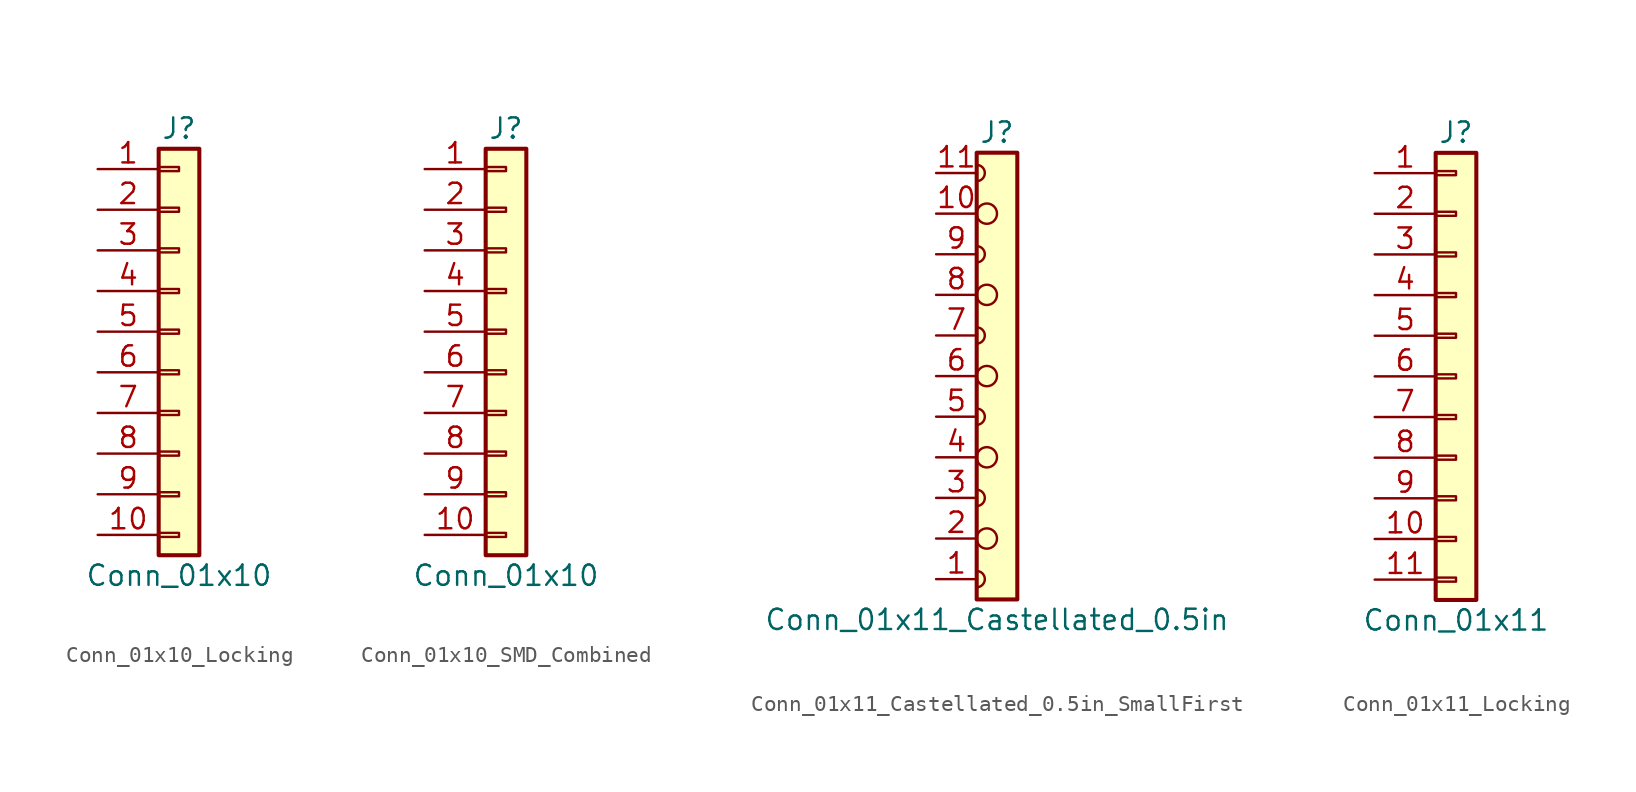
<source format=kicad_sym>
(kicad_symbol_lib
  (version 20231120)
  (generator "kicad_symbol_editor")
  (generator_version "8.0")
  (symbol "Conn_01x10_Locking"
    (pin_names
      (offset 1.016) hide)
    (property "Reference" "J"
      (at 0 12.7 0)
      (effects (font (size 1.27 1.27))))
    (property "Value" "Conn_01x10"
      (at 0 -15.24 0)
      (effects (font (size 1.27 1.27))))
    (symbol "Conn_01x10_Locking_1_1"
      (rectangle (start -1.27 -12.573) (end 0 -12.827) (stroke (width 0.152) (type default)) (fill (type none)))
      (rectangle (start -1.27 -10.033) (end 0 -10.287) (stroke (width 0.152) (type default)) (fill (type none)))
      (rectangle (start -1.27 -7.493) (end 0 -7.747) (stroke (width 0.152) (type default)) (fill (type none)))
      (rectangle (start -1.27 -4.953) (end 0 -5.207) (stroke (width 0.152) (type default)) (fill (type none)))
      (rectangle (start -1.27 -2.413) (end 0 -2.667) (stroke (width 0.152) (type default)) (fill (type none)))
      (rectangle (start -1.27 0.127) (end 0 -0.127) (stroke (width 0.152) (type default)) (fill (type none)))
      (rectangle (start -1.27 2.667) (end 0 2.413) (stroke (width 0.152) (type default)) (fill (type none)))
      (rectangle (start -1.27 5.207) (end 0 4.953) (stroke (width 0.152) (type default)) (fill (type none)))
      (rectangle (start -1.27 7.747) (end 0 7.493) (stroke (width 0.152) (type default)) (fill (type none)))
      (rectangle (start -1.27 10.287) (end 0 10.033) (stroke (width 0.152) (type default)) (fill (type none)))
      (rectangle (start -1.27 11.43) (end 1.27 -13.97) (stroke (width 0.254) (type default)) (fill (type background)))
      (pin passive line (at -5.08 10.16 0) (length 3.81) (name "Pin_1" (effects (font (size 1.27 1.27)))) (number "1" (effects (font (size 1.27 1.27)))))
      (pin passive line (at -5.08 -12.7 0) (length 3.81) (name "Pin_10" (effects (font (size 1.27 1.27)))) (number "10" (effects (font (size 1.27 1.27)))))
      (pin passive line (at -5.08 7.62 0) (length 3.81) (name "Pin_2" (effects (font (size 1.27 1.27)))) (number "2" (effects (font (size 1.27 1.27)))))
      (pin passive line (at -5.08 5.08 0) (length 3.81) (name "Pin_3" (effects (font (size 1.27 1.27)))) (number "3" (effects (font (size 1.27 1.27)))))
      (pin passive line (at -5.08 2.54 0) (length 3.81) (name "Pin_4" (effects (font (size 1.27 1.27)))) (number "4" (effects (font (size 1.27 1.27)))))
      (pin passive line (at -5.08 0 0) (length 3.81) (name "Pin_5" (effects (font (size 1.27 1.27)))) (number "5" (effects (font (size 1.27 1.27)))))
      (pin passive line (at -5.08 -2.54 0) (length 3.81) (name "Pin_6" (effects (font (size 1.27 1.27)))) (number "6" (effects (font (size 1.27 1.27)))))
      (pin passive line (at -5.08 -5.08 0) (length 3.81) (name "Pin_7" (effects (font (size 1.27 1.27)))) (number "7" (effects (font (size 1.27 1.27)))))
      (pin passive line (at -5.08 -7.62 0) (length 3.81) (name "Pin_8" (effects (font (size 1.27 1.27)))) (number "8" (effects (font (size 1.27 1.27)))))
      (pin passive line (at -5.08 -10.16 0) (length 3.81) (name "Pin_9" (effects (font (size 1.27 1.27)))) (number "9" (effects (font (size 1.27 1.27)))))))
  (symbol "Conn_01x10_SMD_Combined"
    (pin_names
      (offset 1.016) hide)
    (property "Reference" "J"
      (at 0 12.7 0)
      (effects (font (size 1.27 1.27))))
    (property "Value" "Conn_01x10"
      (at 0 -15.24 0)
      (effects (font (size 1.27 1.27))))
    (symbol "Conn_01x10_SMD_Combined_1_1"
      (rectangle (start -1.27 -12.573) (end 0 -12.827) (stroke (width 0.152) (type default)) (fill (type none)))
      (rectangle (start -1.27 -10.033) (end 0 -10.287) (stroke (width 0.152) (type default)) (fill (type none)))
      (rectangle (start -1.27 -7.493) (end 0 -7.747) (stroke (width 0.152) (type default)) (fill (type none)))
      (rectangle (start -1.27 -4.953) (end 0 -5.207) (stroke (width 0.152) (type default)) (fill (type none)))
      (rectangle (start -1.27 -2.413) (end 0 -2.667) (stroke (width 0.152) (type default)) (fill (type none)))
      (rectangle (start -1.27 0.127) (end 0 -0.127) (stroke (width 0.152) (type default)) (fill (type none)))
      (rectangle (start -1.27 2.667) (end 0 2.413) (stroke (width 0.152) (type default)) (fill (type none)))
      (rectangle (start -1.27 5.207) (end 0 4.953) (stroke (width 0.152) (type default)) (fill (type none)))
      (rectangle (start -1.27 7.747) (end 0 7.493) (stroke (width 0.152) (type default)) (fill (type none)))
      (rectangle (start -1.27 10.287) (end 0 10.033) (stroke (width 0.152) (type default)) (fill (type none)))
      (rectangle (start -1.27 11.43) (end 1.27 -13.97) (stroke (width 0.254) (type default)) (fill (type background)))
      (pin passive line (at -5.08 10.16 0) (length 3.81) (name "Pin_1" (effects (font (size 1.27 1.27)))) (number "1" (effects (font (size 1.27 1.27)))))
      (pin passive line (at -5.08 -12.7 0) (length 3.81) (name "Pin_10" (effects (font (size 1.27 1.27)))) (number "10" (effects (font (size 1.27 1.27)))))
      (pin passive line (at -5.08 7.62 0) (length 3.81) (name "Pin_2" (effects (font (size 1.27 1.27)))) (number "2" (effects (font (size 1.27 1.27)))))
      (pin passive line (at -5.08 5.08 0) (length 3.81) (name "Pin_3" (effects (font (size 1.27 1.27)))) (number "3" (effects (font (size 1.27 1.27)))))
      (pin passive line (at -5.08 2.54 0) (length 3.81) (name "Pin_4" (effects (font (size 1.27 1.27)))) (number "4" (effects (font (size 1.27 1.27)))))
      (pin passive line (at -5.08 0 0) (length 3.81) (name "Pin_5" (effects (font (size 1.27 1.27)))) (number "5" (effects (font (size 1.27 1.27)))))
      (pin passive line (at -5.08 -2.54 0) (length 3.81) (name "Pin_6" (effects (font (size 1.27 1.27)))) (number "6" (effects (font (size 1.27 1.27)))))
      (pin passive line (at -5.08 -5.08 0) (length 3.81) (name "Pin_7" (effects (font (size 1.27 1.27)))) (number "7" (effects (font (size 1.27 1.27)))))
      (pin passive line (at -5.08 -7.62 0) (length 3.81) (name "Pin_8" (effects (font (size 1.27 1.27)))) (number "8" (effects (font (size 1.27 1.27)))))
      (pin passive line (at -5.08 -10.16 0) (length 3.81) (name "Pin_9" (effects (font (size 1.27 1.27)))) (number "9" (effects (font (size 1.27 1.27)))))))
  (symbol "Conn_01x11_Castellated_0.5in_SmallFirst"
    (pin_names
      (offset 1.016) hide)
    (property "Reference" "J"
      (at 0 15.24 0)
      (effects (font (size 1.27 1.27))))
    (property "Value" "Conn_01x11_Castellated_0.5in"
      (at 0 -15.24 0)
      (effects (font (size 1.27 1.27))))
    (symbol "Conn_01x11_Castellated_0.5in_SmallFirst_0_1"
      (arc (start -1.27 -13.208) (mid -0.762 -12.7) (end -1.27 -12.192) (stroke (width 0) (type default)) (fill (type none)))
      (arc (start -1.27 -8.128) (mid -0.762 -7.62) (end -1.27 -7.112) (stroke (width 0) (type default)) (fill (type none)))
      (arc (start -1.27 -3.048) (mid -0.762 -2.54) (end -1.27 -2.032) (stroke (width 0) (type default)) (fill (type none)))
      (arc (start -1.27 2.032) (mid -0.762 2.54) (end -1.27 3.048) (stroke (width 0) (type default)) (fill (type none)))
      (arc (start -1.27 7.112) (mid -0.762 7.62) (end -1.27 8.128) (stroke (width 0) (type default)) (fill (type none)))
      (arc (start -1.27 12.192) (mid -0.762 12.7) (end -1.27 13.208) (stroke (width 0) (type default)) (fill (type none)))
      (circle (center -0.635 -10.16) (radius 0.635) (stroke (width 0) (type default)) (fill (type none)))
      (circle (center -0.635 -5.08) (radius 0.635) (stroke (width 0) (type default)) (fill (type none)))
      (circle (center -0.635 0) (radius 0.635) (stroke (width 0) (type default)) (fill (type none)))
      (circle (center -0.635 5.08) (radius 0.635) (stroke (width 0) (type default)) (fill (type none)))
      (circle (center -0.635 10.16) (radius 0.635) (stroke (width 0) (type default)) (fill (type none)))
      (polyline (pts (xy -1.27 -12.192) (xy -1.27 -13.208)) (stroke (width 0) (type default)) (fill (type none)))
      (polyline (pts (xy -1.27 -7.112) (xy -1.27 -8.128)) (stroke (width 0) (type default)) (fill (type none)))
      (polyline (pts (xy -1.27 -2.032) (xy -1.27 -3.048)) (stroke (width 0) (type default)) (fill (type none)))
      (polyline (pts (xy -1.27 3.048) (xy -1.27 2.032)) (stroke (width 0) (type default)) (fill (type none)))
      (polyline (pts (xy -1.27 8.128) (xy -1.27 7.112)) (stroke (width 0) (type default)) (fill (type none)))
      (polyline (pts (xy -1.27 13.208) (xy -1.27 12.192)) (stroke (width 0) (type default)) (fill (type none))))
    (symbol "Conn_01x11_Castellated_0.5in_SmallFirst_1_1"
      (rectangle (start -1.27 13.97) (end 1.27 -13.97) (stroke (width 0.254) (type default)) (fill (type background)))
      (pin passive line (at -3.81 -12.7 0) (length 2.54) (name "Pin_1" (effects (font (size 1.27 1.27)))) (number "1" (effects (font (size 1.27 1.27)))))
      (pin passive line (at -3.81 10.16 0) (length 2.54) (name "Pin_10" (effects (font (size 1.27 1.27)))) (number "10" (effects (font (size 1.27 1.27)))))
      (pin passive line (at -3.81 12.7 0) (length 2.54) (name "Pin_11" (effects (font (size 1.27 1.27)))) (number "11" (effects (font (size 1.27 1.27)))))
      (pin passive line (at -3.81 -10.16 0) (length 2.54) (name "Pin_2" (effects (font (size 1.27 1.27)))) (number "2" (effects (font (size 1.27 1.27)))))
      (pin passive line (at -3.81 -7.62 0) (length 2.54) (name "Pin_3" (effects (font (size 1.27 1.27)))) (number "3" (effects (font (size 1.27 1.27)))))
      (pin passive line (at -3.81 -5.08 0) (length 2.54) (name "Pin_4" (effects (font (size 1.27 1.27)))) (number "4" (effects (font (size 1.27 1.27)))))
      (pin passive line (at -3.81 -2.54 0) (length 2.54) (name "Pin_5" (effects (font (size 1.27 1.27)))) (number "5" (effects (font (size 1.27 1.27)))))
      (pin passive line (at -3.81 0 0) (length 2.54) (name "Pin_6" (effects (font (size 1.27 1.27)))) (number "6" (effects (font (size 1.27 1.27)))))
      (pin passive line (at -3.81 2.54 0) (length 2.54) (name "Pin_7" (effects (font (size 1.27 1.27)))) (number "7" (effects (font (size 1.27 1.27)))))
      (pin passive line (at -3.81 5.08 0) (length 2.54) (name "Pin_8" (effects (font (size 1.27 1.27)))) (number "8" (effects (font (size 1.27 1.27)))))
      (pin passive line (at -3.81 7.62 0) (length 2.54) (name "Pin_9" (effects (font (size 1.27 1.27)))) (number "9" (effects (font (size 1.27 1.27)))))))
  (symbol "Conn_01x11_Locking"
    (pin_names
      (offset 1.016) hide)
    (property "Reference" "J"
      (at 0 15.24 0)
      (effects (font (size 1.27 1.27))))
    (property "Value" "Conn_01x11"
      (at 0 -15.24 0)
      (effects (font (size 1.27 1.27))))
    (symbol "Conn_01x11_Locking_1_1"
      (rectangle (start -1.27 -12.573) (end 0 -12.827) (stroke (width 0.152) (type default)) (fill (type none)))
      (rectangle (start -1.27 -10.033) (end 0 -10.287) (stroke (width 0.152) (type default)) (fill (type none)))
      (rectangle (start -1.27 -7.493) (end 0 -7.747) (stroke (width 0.152) (type default)) (fill (type none)))
      (rectangle (start -1.27 -4.953) (end 0 -5.207) (stroke (width 0.152) (type default)) (fill (type none)))
      (rectangle (start -1.27 -2.413) (end 0 -2.667) (stroke (width 0.152) (type default)) (fill (type none)))
      (rectangle (start -1.27 0.127) (end 0 -0.127) (stroke (width 0.152) (type default)) (fill (type none)))
      (rectangle (start -1.27 2.667) (end 0 2.413) (stroke (width 0.152) (type default)) (fill (type none)))
      (rectangle (start -1.27 5.207) (end 0 4.953) (stroke (width 0.152) (type default)) (fill (type none)))
      (rectangle (start -1.27 7.747) (end 0 7.493) (stroke (width 0.152) (type default)) (fill (type none)))
      (rectangle (start -1.27 10.287) (end 0 10.033) (stroke (width 0.152) (type default)) (fill (type none)))
      (rectangle (start -1.27 12.827) (end 0 12.573) (stroke (width 0.152) (type default)) (fill (type none)))
      (rectangle (start -1.27 13.97) (end 1.27 -13.97) (stroke (width 0.254) (type default)) (fill (type background)))
      (pin passive line (at -5.08 12.7 0) (length 3.81) (name "Pin_1" (effects (font (size 1.27 1.27)))) (number "1" (effects (font (size 1.27 1.27)))))
      (pin passive line (at -5.08 -10.16 0) (length 3.81) (name "Pin_10" (effects (font (size 1.27 1.27)))) (number "10" (effects (font (size 1.27 1.27)))))
      (pin passive line (at -5.08 -12.7 0) (length 3.81) (name "Pin_11" (effects (font (size 1.27 1.27)))) (number "11" (effects (font (size 1.27 1.27)))))
      (pin passive line (at -5.08 10.16 0) (length 3.81) (name "Pin_2" (effects (font (size 1.27 1.27)))) (number "2" (effects (font (size 1.27 1.27)))))
      (pin passive line (at -5.08 7.62 0) (length 3.81) (name "Pin_3" (effects (font (size 1.27 1.27)))) (number "3" (effects (font (size 1.27 1.27)))))
      (pin passive line (at -5.08 5.08 0) (length 3.81) (name "Pin_4" (effects (font (size 1.27 1.27)))) (number "4" (effects (font (size 1.27 1.27)))))
      (pin passive line (at -5.08 2.54 0) (length 3.81) (name "Pin_5" (effects (font (size 1.27 1.27)))) (number "5" (effects (font (size 1.27 1.27)))))
      (pin passive line (at -5.08 0 0) (length 3.81) (name "Pin_6" (effects (font (size 1.27 1.27)))) (number "6" (effects (font (size 1.27 1.27)))))
      (pin passive line (at -5.08 -2.54 0) (length 3.81) (name "Pin_7" (effects (font (size 1.27 1.27)))) (number "7" (effects (font (size 1.27 1.27)))))
      (pin passive line (at -5.08 -5.08 0) (length 3.81) (name "Pin_8" (effects (font (size 1.27 1.27)))) (number "8" (effects (font (size 1.27 1.27)))))
      (pin passive line (at -5.08 -7.62 0) (length 3.81) (name "Pin_9" (effects (font (size 1.27 1.27)))) (number "9" (effects (font (size 1.27 1.27))))))))
</source>
